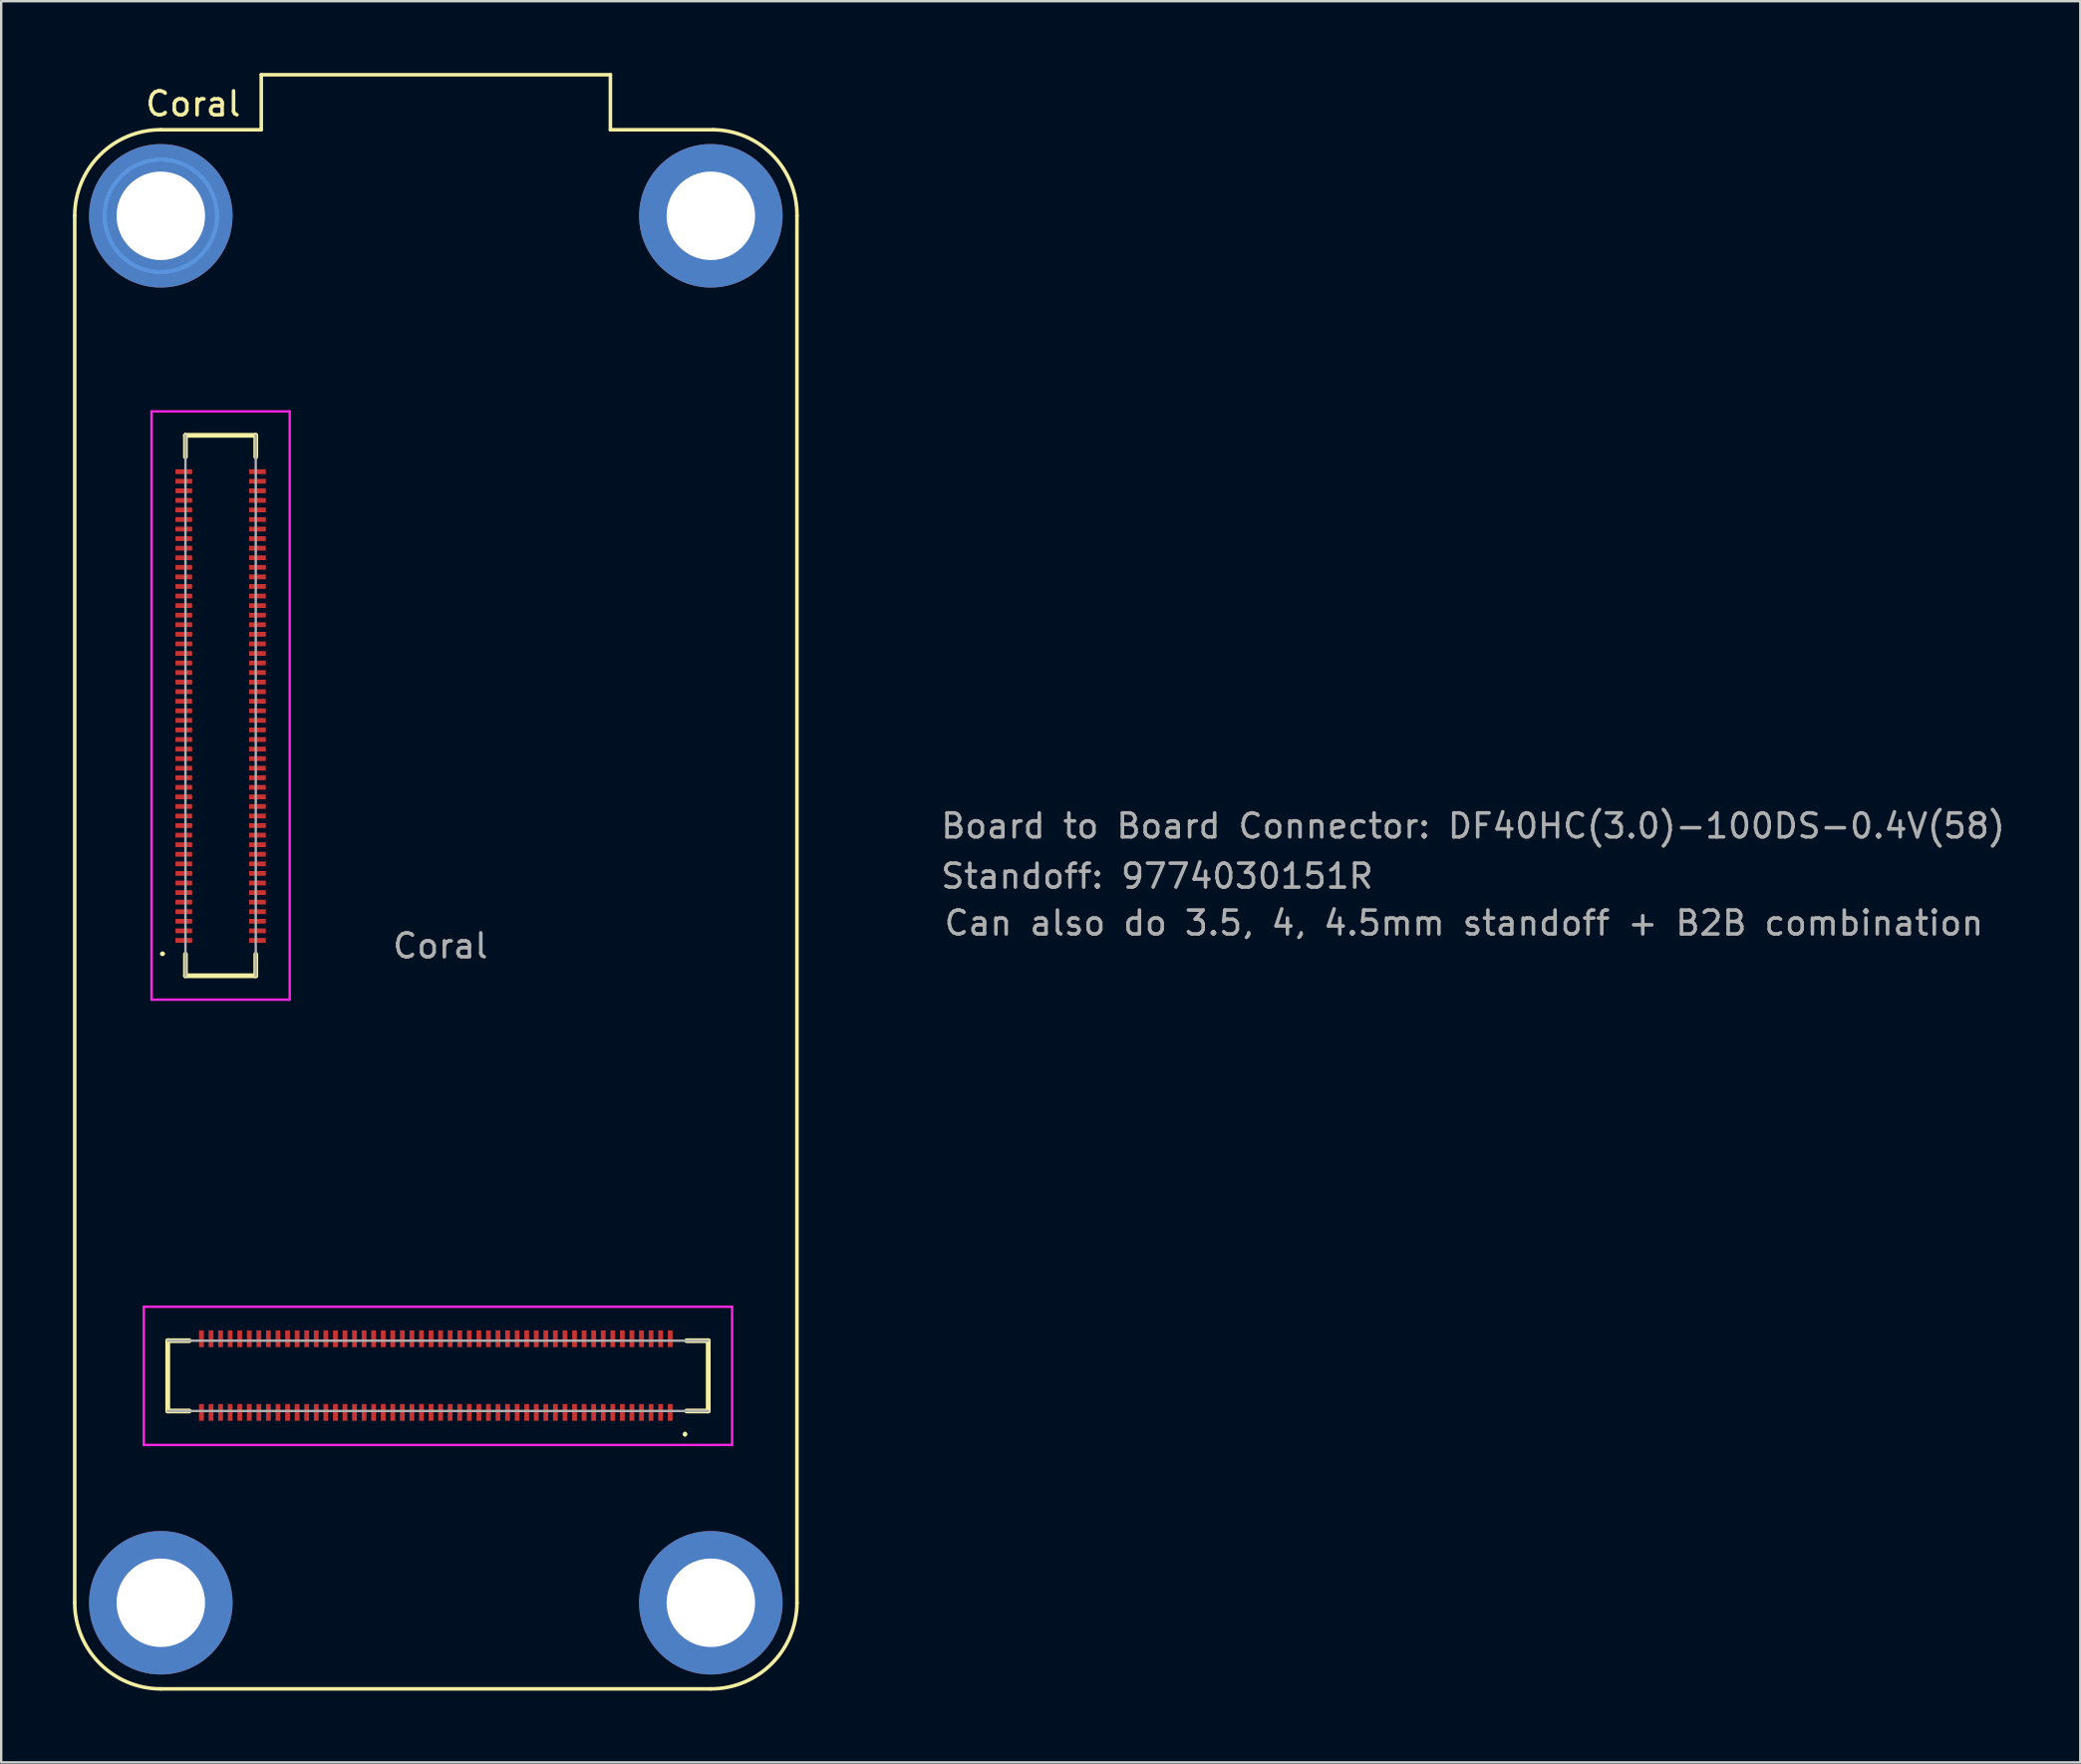
<source format=kicad_pcb>
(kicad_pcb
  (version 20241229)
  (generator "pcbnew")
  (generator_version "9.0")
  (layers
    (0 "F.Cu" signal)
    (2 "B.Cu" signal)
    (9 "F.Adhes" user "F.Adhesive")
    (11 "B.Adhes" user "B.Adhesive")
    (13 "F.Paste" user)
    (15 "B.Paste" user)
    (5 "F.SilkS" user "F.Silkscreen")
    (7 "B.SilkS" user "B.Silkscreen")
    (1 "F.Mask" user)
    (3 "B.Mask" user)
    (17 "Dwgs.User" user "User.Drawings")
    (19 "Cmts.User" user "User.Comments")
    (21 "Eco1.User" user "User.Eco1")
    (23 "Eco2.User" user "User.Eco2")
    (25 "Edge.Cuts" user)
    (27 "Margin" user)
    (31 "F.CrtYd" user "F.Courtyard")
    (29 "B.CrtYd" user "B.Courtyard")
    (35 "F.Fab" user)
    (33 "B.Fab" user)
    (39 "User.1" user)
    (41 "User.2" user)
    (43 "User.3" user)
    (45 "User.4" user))
  (footprint "Coral"
    (layer "F.Cu")
    (at 15.175 34.975)
    (property "Reference" "Coral" (at -10.15 -33.68 0) (unlocked yes) (layer "F.SilkS") (effects (font (size 1 1) (thickness 0.15))))
    (attr smd)
    (fp_line (start -15.1 -29) (end -15.1 29) (stroke (width 0.15) (type default)) (layer "F.SilkS"))
    (fp_line (start -11.5 -32.6) (end -7.3 -32.6) (stroke (width 0.15) (type default)) (layer "F.SilkS"))
    (fp_line (start -11.5 32.6) (end 11.5 32.6) (stroke (width 0.15) (type default)) (layer "F.SilkS"))
    (fp_line (start -11.21 18.04) (end -11.21 20.98) (stroke (width 0.2) (type solid)) (layer "F.SilkS"))
    (fp_line (start -11.21 20.98) (end -10.31 20.98) (stroke (width 0.2) (type solid)) (layer "F.SilkS"))
    (fp_line (start -10.47 -19.82) (end -10.47 -18.92) (stroke (width 0.2) (type solid)) (layer "F.SilkS"))
    (fp_line (start -10.47 1.88) (end -10.47 2.78) (stroke (width 0.2) (type solid)) (layer "F.SilkS"))
    (fp_line (start -10.47 2.78) (end -7.53 2.78) (stroke (width 0.2) (type solid)) (layer "F.SilkS"))
    (fp_line (start -10.31 18.04) (end -11.21 18.04) (stroke (width 0.2) (type solid)) (layer "F.SilkS"))
    (fp_line (start -7.53 -19.82) (end -10.47 -19.82) (stroke (width 0.2) (type solid)) (layer "F.SilkS"))
    (fp_line (start -7.53 -18.92) (end -7.53 -19.82) (stroke (width 0.2) (type solid)) (layer "F.SilkS"))
    (fp_line (start -7.53 2.78) (end -7.53 1.88) (stroke (width 0.2) (type solid)) (layer "F.SilkS"))
    (fp_line (start -7.3 -34.9) (end -7.3 -32.6) (stroke (width 0.15) (type default)) (layer "F.SilkS"))
    (fp_line (start 7.3 -34.9) (end -7.3 -34.9) (stroke (width 0.15) (type solid)) (layer "F.SilkS"))
    (fp_line (start 7.3 -34.9) (end 7.3 -32.6) (stroke (width 0.15) (type default)) (layer "F.SilkS"))
    (fp_line (start 7.3 -32.6) (end 11.6 -32.6) (stroke (width 0.15) (type default)) (layer "F.SilkS"))
    (fp_line (start 10.49 20.98) (end 11.39 20.98) (stroke (width 0.2) (type solid)) (layer "F.SilkS"))
    (fp_line (start 11.39 18.04) (end 10.49 18.04) (stroke (width 0.2) (type solid)) (layer "F.SilkS"))
    (fp_line (start 11.39 20.98) (end 11.39 18.04) (stroke (width 0.2) (type solid)) (layer "F.SilkS"))
    (fp_line (start 15.1 29) (end 15.1 -29) (stroke (width 0.15) (type default)) (layer "F.SilkS"))
    (fp_arc (start -15.1 -29) (mid -14.045584 -31.545584) (end -11.5 -32.6) (stroke (width 0.15) (type default)) (layer "F.SilkS"))
    (fp_arc (start -11.5 32.6) (mid -14.045584 31.545584) (end -15.1 29) (stroke (width 0.15) (type default)) (layer "F.SilkS"))
    (fp_arc (start -11.48 1.86) (mid -11.43 1.81) (end -11.38 1.86) (stroke (width 0.1) (type solid)) (layer "F.SilkS"))
    (fp_arc (start -11.38 1.86) (mid -11.43 1.91) (end -11.48 1.86) (stroke (width 0.1) (type solid)) (layer "F.SilkS"))
    (fp_arc (start 10.42 21.9) (mid 10.47 21.95) (end 10.42 22) (stroke (width 0.1) (type solid)) (layer "F.SilkS"))
    (fp_arc (start 10.42 22) (mid 10.37 21.95) (end 10.42 21.9) (stroke (width 0.1) (type solid)) (layer "F.SilkS"))
    (fp_arc (start 11.6 -32.6) (mid 14.095584 -31.524874) (end 15.1 -29) (stroke (width 0.15) (type default)) (layer "F.SilkS"))
    (fp_arc (start 15.1 29) (mid 14.045584 31.545584) (end 11.5 32.6) (stroke (width 0.15) (type default)) (layer "F.SilkS"))
    (fp_poly (pts (arc (start -13.395942 29.209995) (mid -12.869676 30.317401) (end -11.775253 30.869993)) (arc (start -11.775253 31.899994) (mid -13.593543 31.041292) (end -14.423929 29.209995))) (stroke (width 0) (type solid)) (fill yes) (layer "F.Paste"))
    (fp_poly (pts (arc (start -13.389509 -28.770808) (mid -12.863243 -27.663402) (end -11.76882 -27.11081)) (arc (start -11.76882 -26.080809) (mid -13.58711 -26.939511) (end -14.417496 -28.770808))) (stroke (width 0) (type solid)) (fill yes) (layer "F.Paste"))
    (fp_poly (pts (arc (start -11.723242 27.093893) (mid -12.830648 27.620159) (end -13.38324 28.714582)) (arc (start -14.413241 28.714582) (mid -13.554539 26.896292) (end -11.723242 26.065906))) (stroke (width 0) (type solid)) (fill yes) (layer "F.Paste"))
    (fp_poly (pts (arc (start -11.716809 -30.88691) (mid -12.824215 -30.360644) (end -13.376807 -29.266221)) (arc (start -14.406808 -29.266221) (mid -13.548106 -31.084511) (end -11.716809 -31.914897))) (stroke (width 0) (type solid)) (fill yes) (layer "F.Paste"))
    (fp_poly (pts (arc (start -11.282299 30.880459) (mid -10.174893 30.354193) (end -9.622301 29.25977)) (arc (start -8.5923 29.25977) (mid -9.451002 31.07806) (end -11.282299 31.908446))) (stroke (width 0) (type solid)) (fill yes) (layer "F.Paste"))
    (fp_poly (pts (arc (start -11.275866 -27.100344) (mid -10.16846 -27.62661) (end -9.615868 -28.721033)) (arc (start -8.585867 -28.721033) (mid -9.444569 -26.902743) (end -11.275866 -26.072357))) (stroke (width 0) (type solid)) (fill yes) (layer "F.Paste"))
    (fp_poly (pts (arc (start -9.592318 28.761611) (mid -10.118584 27.654205) (end -11.213007 27.101613)) (arc (start -11.213007 26.071612) (mid -9.394717 26.930314) (end -8.564331 28.761611))) (stroke (width 0) (type solid)) (fill yes) (layer "F.Paste"))
    (fp_poly (pts (arc (start -9.585885 -29.219192) (mid -10.112151 -30.326598) (end -11.206574 -30.87919)) (arc (start -11.206574 -31.909191) (mid -9.388284 -31.050489) (end -8.557898 -29.219192))) (stroke (width 0) (type solid)) (fill yes) (layer "F.Paste"))
    (fp_poly (pts (arc (start 9.604058 -28.770005) (mid 10.130324 -27.662599) (end 11.224747 -27.110007)) (arc (start 11.224747 -26.080006) (mid 9.406457 -26.938708) (end 8.576071 -28.770005))) (stroke (width 0) (type solid)) (fill yes) (layer "F.Paste"))
    (fp_poly (pts (arc (start 9.604058 29.219995) (mid 10.130324 30.327401) (end 11.224747 30.879993)) (arc (start 11.224747 31.909994) (mid 9.406457 31.051292) (end 8.576071 29.219995))) (stroke (width 0) (type solid)) (fill yes) (layer "F.Paste"))
    (fp_poly (pts (arc (start 11.276758 -30.886107) (mid 10.169352 -30.359841) (end 9.61676 -29.265418)) (arc (start 8.586759 -29.265418) (mid 9.445461 -31.083708) (end 11.276758 -31.914094))) (stroke (width 0) (type solid)) (fill yes) (layer "F.Paste"))
    (fp_poly (pts (arc (start 11.276758 27.103893) (mid 10.169352 27.630159) (end 9.61676 28.724582)) (arc (start 8.586759 28.724582) (mid 9.445461 26.906292) (end 11.276758 26.075906))) (stroke (width 0) (type solid)) (fill yes) (layer "F.Paste"))
    (fp_poly (pts (arc (start 11.717701 -27.099541) (mid 12.825107 -27.625807) (end 13.377699 -28.72023)) (arc (start 14.4077 -28.72023) (mid 13.548998 -26.90194) (end 11.717701 -26.071554))) (stroke (width 0) (type solid)) (fill yes) (layer "F.Paste"))
    (fp_poly (pts (arc (start 11.717701 30.890459) (mid 12.825107 30.364193) (end 13.377699 29.26977)) (arc (start 14.4077 29.26977) (mid 13.548998 31.08806) (end 11.717701 31.918446))) (stroke (width 0) (type solid)) (fill yes) (layer "F.Paste"))
    (fp_poly (pts (arc (start 13.407682 -29.218389) (mid 12.881416 -30.325795) (end 11.786993 -30.878387)) (arc (start 11.786993 -31.908388) (mid 13.605283 -31.049686) (end 14.435669 -29.218389))) (stroke (width 0) (type solid)) (fill yes) (layer "F.Paste"))
    (fp_poly (pts (arc (start 13.407682 28.771611) (mid 12.881416 27.664205) (end 11.786993 27.111613)) (arc (start 11.786993 26.081612) (mid 13.605283 26.940314) (end 14.435669 28.771611))) (stroke (width 0) (type solid)) (fill yes) (layer "F.Paste"))
    (fp_circle (center -11.5 -29) (end -9.15 -29) (stroke (width 0.15) (type solid)) (fill no) (layer "Cmts.User"))
    (fp_circle (center -11.5 -29) (end -9.15 -29) (stroke (width 0.15) (type solid)) (fill no) (layer "Cmts.User"))
    (fp_circle (center -11.5 -29) (end -9.15 -29) (stroke (width 0.15) (type solid)) (fill no) (layer "Cmts.User"))
    (fp_circle (center -11.5 -29) (end -9.15 -29) (stroke (width 0.15) (type solid)) (fill no) (layer "Cmts.User"))
    (fp_line (start -12.21 16.62) (end 12.39 16.62) (stroke (width 0.1) (type solid)) (layer "F.CrtYd"))
    (fp_line (start -12.21 22.4) (end -12.21 16.62) (stroke (width 0.1) (type solid)) (layer "F.CrtYd"))
    (fp_line (start -11.89 -20.82) (end -6.11 -20.82) (stroke (width 0.1) (type solid)) (layer "F.CrtYd"))
    (fp_line (start -11.89 3.78) (end -11.89 -20.82) (stroke (width 0.1) (type solid)) (layer "F.CrtYd"))
    (fp_line (start -6.11 -20.82) (end -6.11 3.78) (stroke (width 0.1) (type solid)) (layer "F.CrtYd"))
    (fp_line (start -6.11 3.78) (end -11.89 3.78) (stroke (width 0.1) (type solid)) (layer "F.CrtYd"))
    (fp_line (start 12.39 16.62) (end 12.39 22.4) (stroke (width 0.1) (type solid)) (layer "F.CrtYd"))
    (fp_line (start 12.39 22.4) (end -12.21 22.4) (stroke (width 0.1) (type solid)) (layer "F.CrtYd"))
    (fp_line (start -11.21 18.04) (end 11.39 18.04) (stroke (width 0.1) (type solid)) (layer "F.Fab"))
    (fp_line (start -10.47 2.78) (end -10.47 -19.82) (stroke (width 0.1) (type solid)) (layer "F.Fab"))
    (fp_line (start -7.53 -19.82) (end -7.53 2.78) (stroke (width 0.1) (type solid)) (layer "F.Fab"))
    (fp_line (start 11.39 20.98) (end -11.21 20.98) (stroke (width 0.1) (type solid)) (layer "F.Fab"))
    (fp_text user "Can also do 3.5, 4, 4.5mm standoff + B2B combination" (at 21.18 1.16 0) (unlocked yes) (layer "F.Fab") (effects (font (size 1 1) (thickness 0.15)) (justify left bottom)))
    (fp_text user "Standoff: 9774030151R" (at 21.04 -0.8 0) (unlocked yes) (layer "F.Fab") (effects (font (size 1 1) (thickness 0.15)) (justify left bottom)))
    (fp_text user "Board to Board Connector: DF40HC(3.0)-100DS-0.4V(58)" (at 21.04 -2.9 0) (unlocked yes) (layer "F.Fab") (effects (font (size 1 1) (thickness 0.15)) (justify left bottom)))
    (fp_text user "${REFERENCE}" (at 0.19 1.53 0) (unlocked yes) (layer "F.Fab") (effects (font (size 1 1) (thickness 0.15))))
    (pad "1" smd rect (at 9.8 21.04 180) (size 0.2 0.7) (layers "F.Cu" "F.Mask" "F.Paste"))
    (pad "2" smd rect (at 9.8 17.96 180) (size 0.2 0.7) (layers "F.Cu" "F.Mask" "F.Paste"))
    (pad "3" smd rect (at 9.4 21.04 180) (size 0.2 0.7) (layers "F.Cu" "F.Mask" "F.Paste"))
    (pad "4" smd rect (at 9.4 17.96 180) (size 0.2 0.7) (layers "F.Cu" "F.Mask" "F.Paste"))
    (pad "5" smd rect (at 9 21.04 180) (size 0.2 0.7) (layers "F.Cu" "F.Mask" "F.Paste"))
    (pad "6" smd rect (at 9 17.96 180) (size 0.2 0.7) (layers "F.Cu" "F.Mask" "F.Paste"))
    (pad "7" smd rect (at 8.6 21.04 180) (size 0.2 0.7) (layers "F.Cu" "F.Mask" "F.Paste"))
    (pad "8" smd rect (at 8.6 17.96 180) (size 0.2 0.7) (layers "F.Cu" "F.Mask" "F.Paste"))
    (pad "9" smd rect (at 8.2 21.04 180) (size 0.2 0.7) (layers "F.Cu" "F.Mask" "F.Paste"))
    (pad "10" smd rect (at 8.2 17.96 180) (size 0.2 0.7) (layers "F.Cu" "F.Mask" "F.Paste"))
    (pad "11" smd rect (at 7.8 21.04 180) (size 0.2 0.7) (layers "F.Cu" "F.Mask" "F.Paste"))
    (pad "12" smd rect (at 7.8 17.96 180) (size 0.2 0.7) (layers "F.Cu" "F.Mask" "F.Paste"))
    (pad "13" smd rect (at 7.4 21.04 180) (size 0.2 0.7) (layers "F.Cu" "F.Mask" "F.Paste"))
    (pad "14" smd rect (at 7.4 17.96 180) (size 0.2 0.7) (layers "F.Cu" "F.Mask" "F.Paste"))
    (pad "15" smd rect (at 7 21.04 180) (size 0.2 0.7) (layers "F.Cu" "F.Mask" "F.Paste"))
    (pad "16" smd rect (at 7 17.96 180) (size 0.2 0.7) (layers "F.Cu" "F.Mask" "F.Paste"))
    (pad "17" smd rect (at 6.6 21.04 180) (size 0.2 0.7) (layers "F.Cu" "F.Mask" "F.Paste"))
    (pad "18" smd rect (at 6.6 17.96 180) (size 0.2 0.7) (layers "F.Cu" "F.Mask" "F.Paste"))
    (pad "19" smd rect (at 6.2 21.04 180) (size 0.2 0.7) (layers "F.Cu" "F.Mask" "F.Paste"))
    (pad "20" smd rect (at 6.2 17.96 180) (size 0.2 0.7) (layers "F.Cu" "F.Mask" "F.Paste"))
    (pad "21" smd rect (at 5.8 21.04 180) (size 0.2 0.7) (layers "F.Cu" "F.Mask" "F.Paste"))
    (pad "22" smd rect (at 5.8 17.96 180) (size 0.2 0.7) (layers "F.Cu" "F.Mask" "F.Paste"))
    (pad "23" smd rect (at 5.4 21.04 180) (size 0.2 0.7) (layers "F.Cu" "F.Mask" "F.Paste"))
    (pad "24" smd rect (at 5.4 17.96 180) (size 0.2 0.7) (layers "F.Cu" "F.Mask" "F.Paste"))
    (pad "25" smd rect (at 5 21.04 180) (size 0.2 0.7) (layers "F.Cu" "F.Mask" "F.Paste"))
    (pad "26" smd rect (at 5 17.96 180) (size 0.2 0.7) (layers "F.Cu" "F.Mask" "F.Paste"))
    (pad "27" smd rect (at 4.6 21.04 180) (size 0.2 0.7) (layers "F.Cu" "F.Mask" "F.Paste"))
    (pad "28" smd rect (at 4.6 17.96 180) (size 0.2 0.7) (layers "F.Cu" "F.Mask" "F.Paste"))
    (pad "29" smd rect (at 4.2 21.04 180) (size 0.2 0.7) (layers "F.Cu" "F.Mask" "F.Paste"))
    (pad "30" smd rect (at 4.2 17.96 180) (size 0.2 0.7) (layers "F.Cu" "F.Mask" "F.Paste"))
    (pad "31" smd rect (at 3.8 21.04 180) (size 0.2 0.7) (layers "F.Cu" "F.Mask" "F.Paste"))
    (pad "32" smd rect (at 3.8 17.96 180) (size 0.2 0.7) (layers "F.Cu" "F.Mask" "F.Paste"))
    (pad "33" smd rect (at 3.4 21.04 180) (size 0.2 0.7) (layers "F.Cu" "F.Mask" "F.Paste"))
    (pad "34" smd rect (at 3.4 17.96 180) (size 0.2 0.7) (layers "F.Cu" "F.Mask" "F.Paste"))
    (pad "35" smd rect (at 3 21.04 180) (size 0.2 0.7) (layers "F.Cu" "F.Mask" "F.Paste"))
    (pad "36" smd rect (at 3 17.96 180) (size 0.2 0.7) (layers "F.Cu" "F.Mask" "F.Paste"))
    (pad "37" smd rect (at 2.6 21.04 180) (size 0.2 0.7) (layers "F.Cu" "F.Mask" "F.Paste"))
    (pad "38" smd rect (at 2.6 17.96 180) (size 0.2 0.7) (layers "F.Cu" "F.Mask" "F.Paste"))
    (pad "39" smd rect (at 2.2 21.04 180) (size 0.2 0.7) (layers "F.Cu" "F.Mask" "F.Paste"))
    (pad "40" smd rect (at 2.2 17.96 180) (size 0.2 0.7) (layers "F.Cu" "F.Mask" "F.Paste"))
    (pad "41" smd rect (at 1.8 21.04 180) (size 0.2 0.7) (layers "F.Cu" "F.Mask" "F.Paste"))
    (pad "42" smd rect (at 1.8 17.96 180) (size 0.2 0.7) (layers "F.Cu" "F.Mask" "F.Paste"))
    (pad "43" smd rect (at 1.4 21.04 180) (size 0.2 0.7) (layers "F.Cu" "F.Mask" "F.Paste"))
    (pad "44" smd rect (at 1.4 17.96 180) (size 0.2 0.7) (layers "F.Cu" "F.Mask" "F.Paste"))
    (pad "45" smd rect (at 1 21.04 180) (size 0.2 0.7) (layers "F.Cu" "F.Mask" "F.Paste"))
    (pad "46" smd rect (at 1 17.96 180) (size 0.2 0.7) (layers "F.Cu" "F.Mask" "F.Paste"))
    (pad "47" smd rect (at 0.6 21.04 180) (size 0.2 0.7) (layers "F.Cu" "F.Mask" "F.Paste"))
    (pad "48" smd rect (at 0.6 17.96 180) (size 0.2 0.7) (layers "F.Cu" "F.Mask" "F.Paste"))
    (pad "49" smd rect (at 0.2 21.04 180) (size 0.2 0.7) (layers "F.Cu" "F.Mask" "F.Paste"))
    (pad "50" smd rect (at 0.2 17.96 180) (size 0.2 0.7) (layers "F.Cu" "F.Mask" "F.Paste"))
    (pad "51" smd rect (at -0.2 21.04 180) (size 0.2 0.7) (layers "F.Cu" "F.Mask" "F.Paste"))
    (pad "52" smd rect (at -0.2 17.96 180) (size 0.2 0.7) (layers "F.Cu" "F.Mask" "F.Paste"))
    (pad "53" smd rect (at -0.6 21.04 180) (size 0.2 0.7) (layers "F.Cu" "F.Mask" "F.Paste"))
    (pad "54" smd rect (at -0.6 17.96 180) (size 0.2 0.7) (layers "F.Cu" "F.Mask" "F.Paste"))
    (pad "55" smd rect (at -1 21.04 180) (size 0.2 0.7) (layers "F.Cu" "F.Mask" "F.Paste"))
    (pad "56" smd rect (at -1 17.96 180) (size 0.2 0.7) (layers "F.Cu" "F.Mask" "F.Paste"))
    (pad "57" smd rect (at -1.4 21.04 180) (size 0.2 0.7) (layers "F.Cu" "F.Mask" "F.Paste"))
    (pad "58" smd rect (at -1.4 17.96 180) (size 0.2 0.7) (layers "F.Cu" "F.Mask" "F.Paste"))
    (pad "59" smd rect (at -1.8 21.04 180) (size 0.2 0.7) (layers "F.Cu" "F.Mask" "F.Paste"))
    (pad "60" smd rect (at -1.8 17.96 180) (size 0.2 0.7) (layers "F.Cu" "F.Mask" "F.Paste"))
    (pad "61" smd rect (at -2.2 21.04 180) (size 0.2 0.7) (layers "F.Cu" "F.Mask" "F.Paste"))
    (pad "62" smd rect (at -2.2 17.96 180) (size 0.2 0.7) (layers "F.Cu" "F.Mask" "F.Paste"))
    (pad "63" smd rect (at -2.6 21.04 180) (size 0.2 0.7) (layers "F.Cu" "F.Mask" "F.Paste"))
    (pad "64" smd rect (at -2.6 17.96 180) (size 0.2 0.7) (layers "F.Cu" "F.Mask" "F.Paste"))
    (pad "65" smd rect (at -3 21.04 180) (size 0.2 0.7) (layers "F.Cu" "F.Mask" "F.Paste"))
    (pad "66" smd rect (at -3 17.96 180) (size 0.2 0.7) (layers "F.Cu" "F.Mask" "F.Paste"))
    (pad "67" smd rect (at -3.4 21.04 180) (size 0.2 0.7) (layers "F.Cu" "F.Mask" "F.Paste"))
    (pad "68" smd rect (at -3.4 17.96 180) (size 0.2 0.7) (layers "F.Cu" "F.Mask" "F.Paste"))
    (pad "69" smd rect (at -3.8 21.04 180) (size 0.2 0.7) (layers "F.Cu" "F.Mask" "F.Paste"))
    (pad "70" smd rect (at -3.8 17.96 180) (size 0.2 0.7) (layers "F.Cu" "F.Mask" "F.Paste"))
    (pad "71" smd rect (at -4.2 21.04 180) (size 0.2 0.7) (layers "F.Cu" "F.Mask" "F.Paste"))
    (pad "72" smd rect (at -4.2 17.96 180) (size 0.2 0.7) (layers "F.Cu" "F.Mask" "F.Paste"))
    (pad "73" smd rect (at -4.6 21.04 180) (size 0.2 0.7) (layers "F.Cu" "F.Mask" "F.Paste"))
    (pad "74" smd rect (at -4.6 17.96 180) (size 0.2 0.7) (layers "F.Cu" "F.Mask" "F.Paste"))
    (pad "75" smd rect (at -5 21.04 180) (size 0.2 0.7) (layers "F.Cu" "F.Mask" "F.Paste"))
    (pad "76" smd rect (at -5 17.96 180) (size 0.2 0.7) (layers "F.Cu" "F.Mask" "F.Paste"))
    (pad "77" smd rect (at -5.4 21.04 180) (size 0.2 0.7) (layers "F.Cu" "F.Mask" "F.Paste"))
    (pad "78" smd rect (at -5.4 17.96 180) (size 0.2 0.7) (layers "F.Cu" "F.Mask" "F.Paste"))
    (pad "79" smd rect (at -5.8 21.04 180) (size 0.2 0.7) (layers "F.Cu" "F.Mask" "F.Paste"))
    (pad "80" smd rect (at -5.8 17.96 180) (size 0.2 0.7) (layers "F.Cu" "F.Mask" "F.Paste"))
    (pad "81" smd rect (at -6.2 21.04 180) (size 0.2 0.7) (layers "F.Cu" "F.Mask" "F.Paste"))
    (pad "82" smd rect (at -6.2 17.96 180) (size 0.2 0.7) (layers "F.Cu" "F.Mask" "F.Paste"))
    (pad "83" smd rect (at -6.6 21.04 180) (size 0.2 0.7) (layers "F.Cu" "F.Mask" "F.Paste"))
    (pad "84" smd rect (at -6.6 17.96 180) (size 0.2 0.7) (layers "F.Cu" "F.Mask" "F.Paste"))
    (pad "85" smd rect (at -7 21.04 180) (size 0.2 0.7) (layers "F.Cu" "F.Mask" "F.Paste"))
    (pad "86" smd rect (at -7 17.96 180) (size 0.2 0.7) (layers "F.Cu" "F.Mask" "F.Paste"))
    (pad "87" smd rect (at -7.4 21.04 180) (size 0.2 0.7) (layers "F.Cu" "F.Mask" "F.Paste"))
    (pad "88" smd rect (at -7.4 17.96 180) (size 0.2 0.7) (layers "F.Cu" "F.Mask" "F.Paste"))
    (pad "89" smd rect (at -7.8 21.04 180) (size 0.2 0.7) (layers "F.Cu" "F.Mask" "F.Paste"))
    (pad "90" smd rect (at -7.8 17.96 180) (size 0.2 0.7) (layers "F.Cu" "F.Mask" "F.Paste"))
    (pad "91" smd rect (at -8.2 21.04 180) (size 0.2 0.7) (layers "F.Cu" "F.Mask" "F.Paste"))
    (pad "92" smd rect (at -8.2 17.96 180) (size 0.2 0.7) (layers "F.Cu" "F.Mask" "F.Paste"))
    (pad "93" smd rect (at -8.6 21.04 180) (size 0.2 0.7) (layers "F.Cu" "F.Mask" "F.Paste"))
    (pad "94" smd rect (at -8.6 17.96 180) (size 0.2 0.7) (layers "F.Cu" "F.Mask" "F.Paste"))
    (pad "95" smd rect (at -9 21.04 180) (size 0.2 0.7) (layers "F.Cu" "F.Mask" "F.Paste"))
    (pad "96" smd rect (at -9 17.96 180) (size 0.2 0.7) (layers "F.Cu" "F.Mask" "F.Paste"))
    (pad "97" smd rect (at -9.4 21.04 180) (size 0.2 0.7) (layers "F.Cu" "F.Mask" "F.Paste"))
    (pad "98" smd rect (at -9.4 17.96 180) (size 0.2 0.7) (layers "F.Cu" "F.Mask" "F.Paste"))
    (pad "99" smd rect (at -9.8 21.04 180) (size 0.2 0.7) (layers "F.Cu" "F.Mask" "F.Paste"))
    (pad "100" smd rect (at -9.8 17.96 180) (size 0.2 0.7) (layers "F.Cu" "F.Mask" "F.Paste"))
    (pad "101" smd rect (at -10.54 1.3 90) (size 0.2 0.7) (layers "F.Cu" "F.Mask" "F.Paste"))
    (pad "102" smd rect (at -7.46 1.3 90) (size 0.2 0.7) (layers "F.Cu" "F.Mask" "F.Paste"))
    (pad "103" smd rect (at -10.54 0.9 90) (size 0.2 0.7) (layers "F.Cu" "F.Mask" "F.Paste"))
    (pad "104" smd rect (at -7.46 0.9 90) (size 0.2 0.7) (layers "F.Cu" "F.Mask" "F.Paste"))
    (pad "105" smd rect (at -10.54 0.5 90) (size 0.2 0.7) (layers "F.Cu" "F.Mask" "F.Paste"))
    (pad "106" smd rect (at -7.46 0.5 90) (size 0.2 0.7) (layers "F.Cu" "F.Mask" "F.Paste"))
    (pad "107" smd rect (at -10.54 0.1 90) (size 0.2 0.7) (layers "F.Cu" "F.Mask" "F.Paste"))
    (pad "108" smd rect (at -7.46 0.1 90) (size 0.2 0.7) (layers "F.Cu" "F.Mask" "F.Paste"))
    (pad "109" smd rect (at -10.54 -0.3 90) (size 0.2 0.7) (layers "F.Cu" "F.Mask" "F.Paste"))
    (pad "110" smd rect (at -7.46 -0.3 90) (size 0.2 0.7) (layers "F.Cu" "F.Mask" "F.Paste"))
    (pad "111" smd rect (at -10.54 -0.7 90) (size 0.2 0.7) (layers "F.Cu" "F.Mask" "F.Paste"))
    (pad "112" smd rect (at -7.46 -0.7 90) (size 0.2 0.7) (layers "F.Cu" "F.Mask" "F.Paste"))
    (pad "113" smd rect (at -10.54 -1.1 90) (size 0.2 0.7) (layers "F.Cu" "F.Mask" "F.Paste"))
    (pad "114" smd rect (at -7.46 -1.1 90) (size 0.2 0.7) (layers "F.Cu" "F.Mask" "F.Paste"))
    (pad "115" smd rect (at -10.54 -1.5 90) (size 0.2 0.7) (layers "F.Cu" "F.Mask" "F.Paste"))
    (pad "116" smd rect (at -7.46 -1.5 90) (size 0.2 0.7) (layers "F.Cu" "F.Mask" "F.Paste"))
    (pad "117" smd rect (at -10.54 -1.9 90) (size 0.2 0.7) (layers "F.Cu" "F.Mask" "F.Paste"))
    (pad "118" smd rect (at -7.46 -1.9 90) (size 0.2 0.7) (layers "F.Cu" "F.Mask" "F.Paste"))
    (pad "119" smd rect (at -10.54 -2.3 90) (size 0.2 0.7) (layers "F.Cu" "F.Mask" "F.Paste"))
    (pad "120" smd rect (at -7.46 -2.3 90) (size 0.2 0.7) (layers "F.Cu" "F.Mask" "F.Paste"))
    (pad "121" smd rect (at -10.54 -2.7 90) (size 0.2 0.7) (layers "F.Cu" "F.Mask" "F.Paste"))
    (pad "122" smd rect (at -7.46 -2.7 90) (size 0.2 0.7) (layers "F.Cu" "F.Mask" "F.Paste"))
    (pad "123" smd rect (at -10.54 -3.1 90) (size 0.2 0.7) (layers "F.Cu" "F.Mask" "F.Paste"))
    (pad "124" smd rect (at -7.46 -3.1 90) (size 0.2 0.7) (layers "F.Cu" "F.Mask" "F.Paste"))
    (pad "125" smd rect (at -10.54 -3.5 90) (size 0.2 0.7) (layers "F.Cu" "F.Mask" "F.Paste"))
    (pad "126" smd rect (at -7.46 -3.5 90) (size 0.2 0.7) (layers "F.Cu" "F.Mask" "F.Paste"))
    (pad "127" smd rect (at -10.54 -3.9 90) (size 0.2 0.7) (layers "F.Cu" "F.Mask" "F.Paste"))
    (pad "128" smd rect (at -7.46 -3.9 90) (size 0.2 0.7) (layers "F.Cu" "F.Mask" "F.Paste"))
    (pad "129" smd rect (at -10.54 -4.3 90) (size 0.2 0.7) (layers "F.Cu" "F.Mask" "F.Paste"))
    (pad "130" smd rect (at -7.46 -4.3 90) (size 0.2 0.7) (layers "F.Cu" "F.Mask" "F.Paste"))
    (pad "131" smd rect (at -10.54 -4.7 90) (size 0.2 0.7) (layers "F.Cu" "F.Mask" "F.Paste"))
    (pad "132" smd rect (at -7.46 -4.7 90) (size 0.2 0.7) (layers "F.Cu" "F.Mask" "F.Paste"))
    (pad "133" smd rect (at -10.54 -5.1 90) (size 0.2 0.7) (layers "F.Cu" "F.Mask" "F.Paste"))
    (pad "134" smd rect (at -7.46 -5.1 90) (size 0.2 0.7) (layers "F.Cu" "F.Mask" "F.Paste"))
    (pad "135" smd rect (at -10.54 -5.5 90) (size 0.2 0.7) (layers "F.Cu" "F.Mask" "F.Paste"))
    (pad "136" smd rect (at -7.46 -5.5 90) (size 0.2 0.7) (layers "F.Cu" "F.Mask" "F.Paste"))
    (pad "137" smd rect (at -10.54 -5.9 90) (size 0.2 0.7) (layers "F.Cu" "F.Mask" "F.Paste"))
    (pad "138" smd rect (at -7.46 -5.9 90) (size 0.2 0.7) (layers "F.Cu" "F.Mask" "F.Paste"))
    (pad "139" smd rect (at -10.54 -6.3 90) (size 0.2 0.7) (layers "F.Cu" "F.Mask" "F.Paste"))
    (pad "140" smd rect (at -7.46 -6.3 90) (size 0.2 0.7) (layers "F.Cu" "F.Mask" "F.Paste"))
    (pad "141" smd rect (at -10.54 -6.7 90) (size 0.2 0.7) (layers "F.Cu" "F.Mask" "F.Paste"))
    (pad "142" smd rect (at -7.46 -6.7 90) (size 0.2 0.7) (layers "F.Cu" "F.Mask" "F.Paste"))
    (pad "143" smd rect (at -10.54 -7.1 90) (size 0.2 0.7) (layers "F.Cu" "F.Mask" "F.Paste"))
    (pad "144" smd rect (at -7.46 -7.1 90) (size 0.2 0.7) (layers "F.Cu" "F.Mask" "F.Paste"))
    (pad "145" smd rect (at -10.54 -7.5 90) (size 0.2 0.7) (layers "F.Cu" "F.Mask" "F.Paste"))
    (pad "146" smd rect (at -7.46 -7.5 90) (size 0.2 0.7) (layers "F.Cu" "F.Mask" "F.Paste"))
    (pad "147" smd rect (at -10.54 -7.9 90) (size 0.2 0.7) (layers "F.Cu" "F.Mask" "F.Paste"))
    (pad "148" smd rect (at -7.46 -7.9 90) (size 0.2 0.7) (layers "F.Cu" "F.Mask" "F.Paste"))
    (pad "149" smd rect (at -10.54 -8.3 90) (size 0.2 0.7) (layers "F.Cu" "F.Mask" "F.Paste"))
    (pad "150" smd rect (at -7.46 -8.3 90) (size 0.2 0.7) (layers "F.Cu" "F.Mask" "F.Paste"))
    (pad "151" smd rect (at -10.54 -8.7 90) (size 0.2 0.7) (layers "F.Cu" "F.Mask" "F.Paste"))
    (pad "152" smd rect (at -7.46 -8.7 90) (size 0.2 0.7) (layers "F.Cu" "F.Mask" "F.Paste"))
    (pad "153" smd rect (at -10.54 -9.1 90) (size 0.2 0.7) (layers "F.Cu" "F.Mask" "F.Paste"))
    (pad "154" smd rect (at -7.46 -9.1 90) (size 0.2 0.7) (layers "F.Cu" "F.Mask" "F.Paste"))
    (pad "155" smd rect (at -10.54 -9.5 90) (size 0.2 0.7) (layers "F.Cu" "F.Mask" "F.Paste"))
    (pad "156" smd rect (at -7.46 -9.5 90) (size 0.2 0.7) (layers "F.Cu" "F.Mask" "F.Paste"))
    (pad "157" smd rect (at -10.54 -9.9 90) (size 0.2 0.7) (layers "F.Cu" "F.Mask" "F.Paste"))
    (pad "158" smd rect (at -7.46 -9.9 90) (size 0.2 0.7) (layers "F.Cu" "F.Mask" "F.Paste"))
    (pad "159" smd rect (at -10.54 -10.3 90) (size 0.2 0.7) (layers "F.Cu" "F.Mask" "F.Paste"))
    (pad "160" smd rect (at -7.46 -10.3 90) (size 0.2 0.7) (layers "F.Cu" "F.Mask" "F.Paste"))
    (pad "161" smd rect (at -10.54 -10.7 90) (size 0.2 0.7) (layers "F.Cu" "F.Mask" "F.Paste"))
    (pad "162" smd rect (at -7.46 -10.7 90) (size 0.2 0.7) (layers "F.Cu" "F.Mask" "F.Paste"))
    (pad "163" smd rect (at -10.54 -11.1 90) (size 0.2 0.7) (layers "F.Cu" "F.Mask" "F.Paste"))
    (pad "164" smd rect (at -7.46 -11.1 90) (size 0.2 0.7) (layers "F.Cu" "F.Mask" "F.Paste"))
    (pad "165" smd rect (at -10.54 -11.5 90) (size 0.2 0.7) (layers "F.Cu" "F.Mask" "F.Paste"))
    (pad "166" smd rect (at -7.46 -11.5 90) (size 0.2 0.7) (layers "F.Cu" "F.Mask" "F.Paste"))
    (pad "167" smd rect (at -10.54 -11.9 90) (size 0.2 0.7) (layers "F.Cu" "F.Mask" "F.Paste"))
    (pad "168" smd rect (at -7.46 -11.9 90) (size 0.2 0.7) (layers "F.Cu" "F.Mask" "F.Paste"))
    (pad "169" smd rect (at -10.54 -12.3 90) (size 0.2 0.7) (layers "F.Cu" "F.Mask" "F.Paste"))
    (pad "170" smd rect (at -7.46 -12.3 90) (size 0.2 0.7) (layers "F.Cu" "F.Mask" "F.Paste"))
    (pad "171" smd rect (at -10.54 -12.7 90) (size 0.2 0.7) (layers "F.Cu" "F.Mask" "F.Paste"))
    (pad "172" smd rect (at -7.46 -12.7 90) (size 0.2 0.7) (layers "F.Cu" "F.Mask" "F.Paste"))
    (pad "173" smd rect (at -10.54 -13.1 90) (size 0.2 0.7) (layers "F.Cu" "F.Mask" "F.Paste"))
    (pad "174" smd rect (at -7.46 -13.1 90) (size 0.2 0.7) (layers "F.Cu" "F.Mask" "F.Paste"))
    (pad "175" smd rect (at -10.54 -13.5 90) (size 0.2 0.7) (layers "F.Cu" "F.Mask" "F.Paste"))
    (pad "176" smd rect (at -7.46 -13.5 90) (size 0.2 0.7) (layers "F.Cu" "F.Mask" "F.Paste"))
    (pad "177" smd rect (at -10.54 -13.9 90) (size 0.2 0.7) (layers "F.Cu" "F.Mask" "F.Paste"))
    (pad "178" smd rect (at -7.46 -13.9 90) (size 0.2 0.7) (layers "F.Cu" "F.Mask" "F.Paste"))
    (pad "179" smd rect (at -10.54 -14.3 90) (size 0.2 0.7) (layers "F.Cu" "F.Mask" "F.Paste"))
    (pad "180" smd rect (at -7.46 -14.3 90) (size 0.2 0.7) (layers "F.Cu" "F.Mask" "F.Paste"))
    (pad "181" smd rect (at -10.54 -14.7 90) (size 0.2 0.7) (layers "F.Cu" "F.Mask" "F.Paste"))
    (pad "182" smd rect (at -7.46 -14.7 90) (size 0.2 0.7) (layers "F.Cu" "F.Mask" "F.Paste"))
    (pad "183" smd rect (at -10.54 -15.1 90) (size 0.2 0.7) (layers "F.Cu" "F.Mask" "F.Paste"))
    (pad "184" smd rect (at -7.46 -15.1 90) (size 0.2 0.7) (layers "F.Cu" "F.Mask" "F.Paste"))
    (pad "185" smd rect (at -10.54 -15.5 90) (size 0.2 0.7) (layers "F.Cu" "F.Mask" "F.Paste"))
    (pad "186" smd rect (at -7.46 -15.5 90) (size 0.2 0.7) (layers "F.Cu" "F.Mask" "F.Paste"))
    (pad "187" smd rect (at -10.54 -15.9 90) (size 0.2 0.7) (layers "F.Cu" "F.Mask" "F.Paste"))
    (pad "188" smd rect (at -7.46 -15.9 90) (size 0.2 0.7) (layers "F.Cu" "F.Mask" "F.Paste"))
    (pad "189" smd rect (at -10.54 -16.3 90) (size 0.2 0.7) (layers "F.Cu" "F.Mask" "F.Paste"))
    (pad "190" smd rect (at -7.46 -16.3 90) (size 0.2 0.7) (layers "F.Cu" "F.Mask" "F.Paste"))
    (pad "191" smd rect (at -10.54 -16.7 90) (size 0.2 0.7) (layers "F.Cu" "F.Mask" "F.Paste"))
    (pad "192" smd rect (at -7.46 -16.7 90) (size 0.2 0.7) (layers "F.Cu" "F.Mask" "F.Paste"))
    (pad "193" smd rect (at -10.54 -17.1 90) (size 0.2 0.7) (layers "F.Cu" "F.Mask" "F.Paste"))
    (pad "194" smd rect (at -7.46 -17.1 90) (size 0.2 0.7) (layers "F.Cu" "F.Mask" "F.Paste"))
    (pad "195" smd rect (at -10.54 -17.5 90) (size 0.2 0.7) (layers "F.Cu" "F.Mask" "F.Paste"))
    (pad "196" smd rect (at -7.46 -17.5 90) (size 0.2 0.7) (layers "F.Cu" "F.Mask" "F.Paste"))
    (pad "197" smd rect (at -10.54 -17.9 90) (size 0.2 0.7) (layers "F.Cu" "F.Mask" "F.Paste"))
    (pad "198" smd rect (at -7.46 -17.9 90) (size 0.2 0.7) (layers "F.Cu" "F.Mask" "F.Paste"))
    (pad "199" smd rect (at -10.54 -18.3 90) (size 0.2 0.7) (layers "F.Cu" "F.Mask" "F.Paste"))
    (pad "200" smd rect (at -7.46 -18.3 90) (size 0.2 0.7) (layers "F.Cu" "F.Mask" "F.Paste"))
    (pad "201" thru_hole circle (at -11.5 -29 90) (size 6 6) (drill 3.7) (layers "*.Cu" "*.Mask"))
    (pad "202" thru_hole circle (at 11.5 -29 90) (size 6 6) (drill 3.7) (layers "*.Cu" "*.Mask"))
    (pad "203" thru_hole circle (at 11.5 29 90) (size 6 6) (drill 3.7) (layers "*.Cu" "*.Mask"))
    (pad "204" thru_hole circle (at -11.5 29 90) (size 6 6) (drill 3.7) (layers "*.Cu" "*.Mask")))
  (gr_rect
    (start -3 -3)
    (end 83.941 70.65)
    (stroke (width 0.1) (type default))
    (fill no)
    (layer "Edge.Cuts")))
</source>
